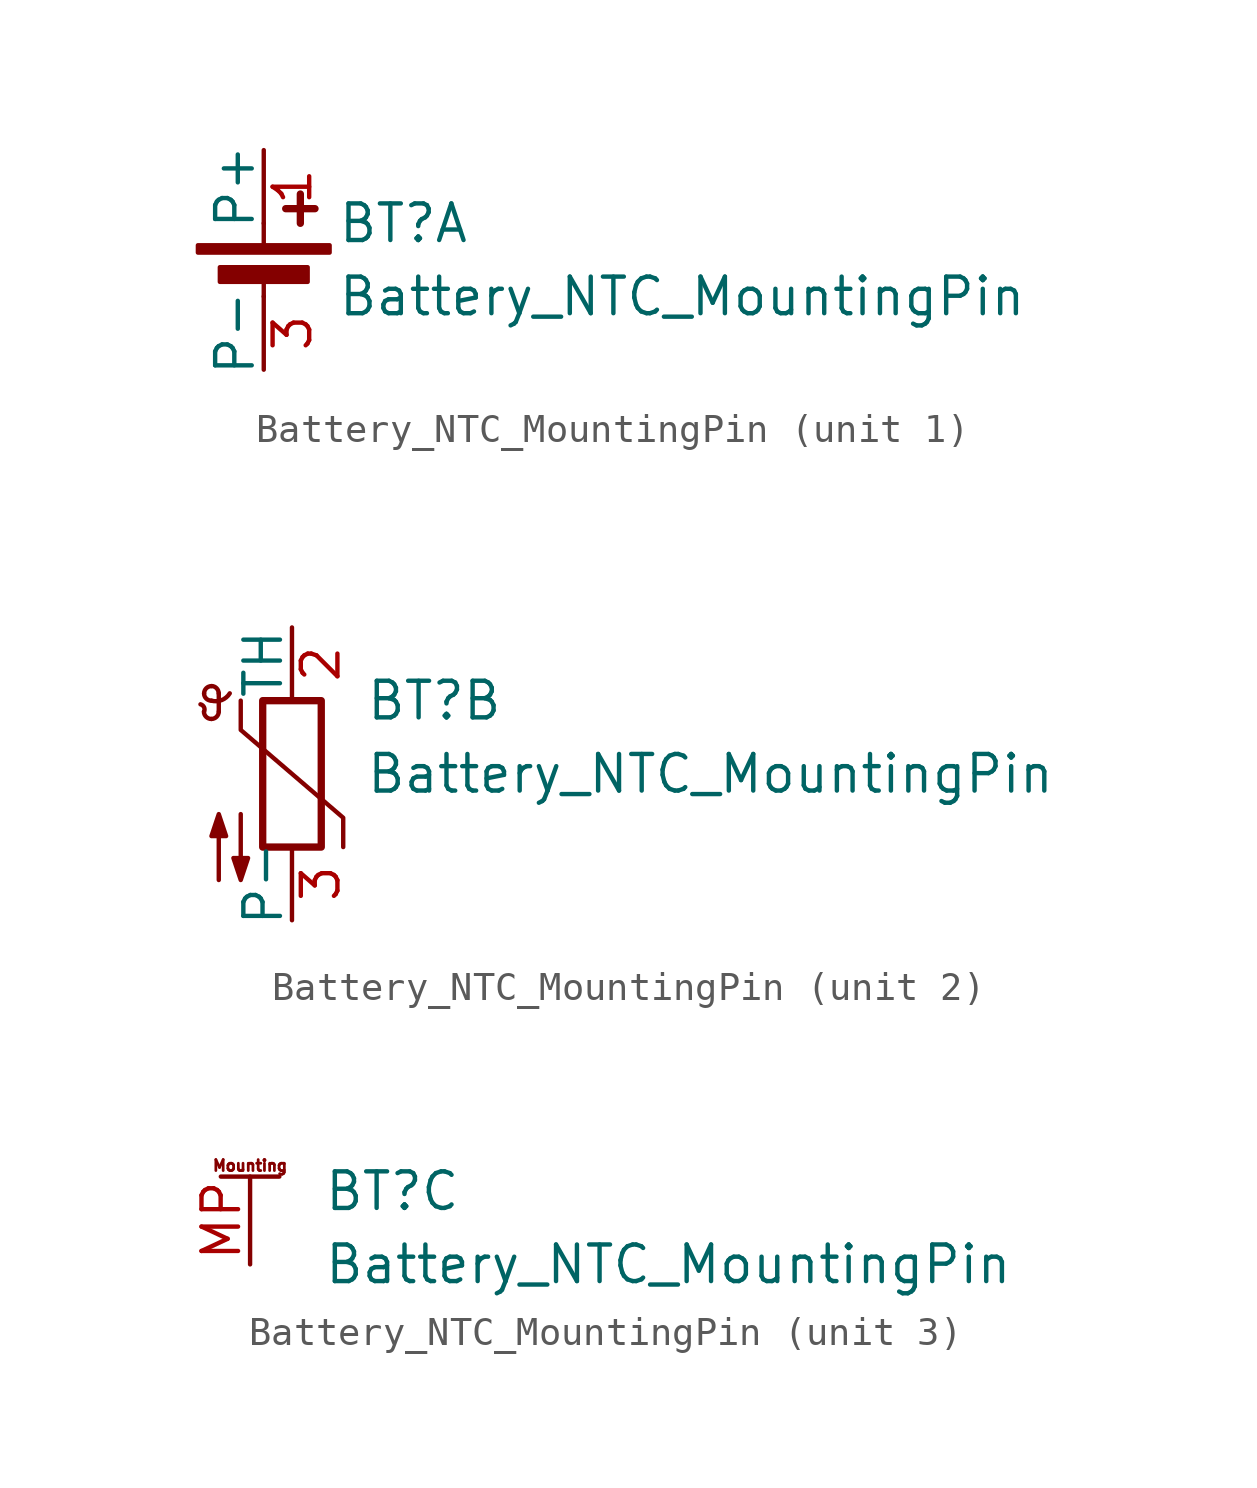
<source format=kicad_sym>
(kicad_symbol_lib
  (version 20241209)
  (generator "kicad_symbol_editor")
  (generator_version "9.0")
  (symbol "Battery_NTC_MountingPin"
    (pin_names
      (offset 0))
    (property "Reference" "BT"
      (at 2.54 2.54 0)
      (effects (font (size 1.27 1.27)) (justify left)))
    (property "Value" "Battery_NTC_MountingPin"
      (at 2.54 0 0)
      (effects (font (size 1.27 1.27)) (justify left)))
    (property "ki_locked" ""
      (at 0 0 0)
      (effects (font (size 1.27 1.27))))
    (symbol "Battery_NTC_MountingPin_1_1"
      (rectangle (start -2.286 1.778) (end 2.286 1.524) (stroke (width 0) (type solid)) (fill (type outline)))
      (rectangle (start -1.524 1.016) (end 1.524 0.508) (stroke (width 0) (type solid)) (fill (type outline)))
      (polyline (pts (xy 0 1.778) (xy 0 2.54)) (stroke (width 0) (type solid)) (fill (type none)))
      (polyline (pts (xy 0 0.762) (xy 0 0)) (stroke (width 0) (type solid)) (fill (type none)))
      (polyline (pts (xy 0.762 3.048) (xy 1.778 3.048)) (stroke (width 0.254) (type solid)) (fill (type none)))
      (polyline (pts (xy 1.27 3.556) (xy 1.27 2.54)) (stroke (width 0.254) (type solid)) (fill (type none)))
      (pin passive line (at 0 5.08 270) (length 2.54) (name "P+" (effects (font (size 1.27 1.27)))) (number "1" (effects (font (size 1.27 1.27)))))
      (pin passive line (at 0 -2.54 90) (length 2.54) (name "P-" (effects (font (size 1.27 1.27)))) (number "3" (effects (font (size 1.27 1.27))))))
    (symbol "Battery_NTC_MountingPin_2_1"
      (arc (start -3.175 2.413) (mid -3.0506 2.3165) (end -3.048 2.159) (stroke (width 0) (type solid)) (fill (type none)))
      (arc (start -3.048 2.794) (mid -2.9736 2.9736) (end -2.794 3.048) (stroke (width 0) (type solid)) (fill (type none)))
      (arc (start -2.794 3.048) (mid -2.6144 2.9736) (end -2.54 2.794) (stroke (width 0) (type solid)) (fill (type none)))
      (arc (start -2.794 2.54) (mid -2.9736 2.6144) (end -3.048 2.794) (stroke (width 0) (type solid)) (fill (type none)))
      (arc (start -2.794 1.905) (mid -2.9736 1.9794) (end -3.048 2.159) (stroke (width 0) (type solid)) (fill (type none)))
      (arc (start -2.54 2.159) (mid -2.6144 1.9794) (end -2.794 1.905) (stroke (width 0) (type solid)) (fill (type none)))
      (arc (start -2.159 2.794) (mid -2.434 2.5608) (end -2.794 2.54) (stroke (width 0) (type solid)) (fill (type none)))
      (polyline (pts (xy -2.54 2.159) (xy -2.54 2.794)) (stroke (width 0) (type solid)) (fill (type none)))
      (polyline (pts (xy -2.54 -3.683) (xy -2.54 -1.397) (xy -2.794 -2.159) (xy -2.286 -2.159) (xy -2.54 -1.397) (xy -2.54 -1.651)) (stroke (width 0) (type solid)) (fill (type outline)))
      (polyline (pts (xy -1.778 2.54) (xy -1.778 1.524) (xy 1.778 -1.524) (xy 1.778 -2.54)) (stroke (width 0) (type solid)) (fill (type none)))
      (polyline (pts (xy -1.778 -1.397) (xy -1.778 -3.683) (xy -2.032 -2.921) (xy -1.524 -2.921) (xy -1.778 -3.683) (xy -1.778 -3.429)) (stroke (width 0) (type solid)) (fill (type outline)))
      (rectangle (start -1.016 2.54) (end 1.016 -2.54) (stroke (width 0.254) (type solid)) (fill (type none)))
      (pin passive line (at 0 5.08 270) (length 2.54) (name "TH" (effects (font (size 1.27 1.27)))) (number "2" (effects (font (size 1.27 1.27)))))
      (pin passive line (at 0 -5.08 90) (length 2.54) (name "P-" (effects (font (size 1.27 1.27)))) (number "3" (effects (font (size 1.27 1.27))))))
    (symbol "Battery_NTC_MountingPin_3_1"
      (polyline (pts (xy -1.016 3.048) (xy 1.016 3.048)) (stroke (width 0.152) (type default)) (fill (type none)))
      (text "Mounting" (at 0 3.429 0) (effects (font (size 0.381 0.381))))
      (pin passive line (at 0 0 90) (length 3.048) (name "~" (effects (font (size 1.27 1.27)))) (number "MP" (effects (font (size 1.27 1.27))))))))
</source>
